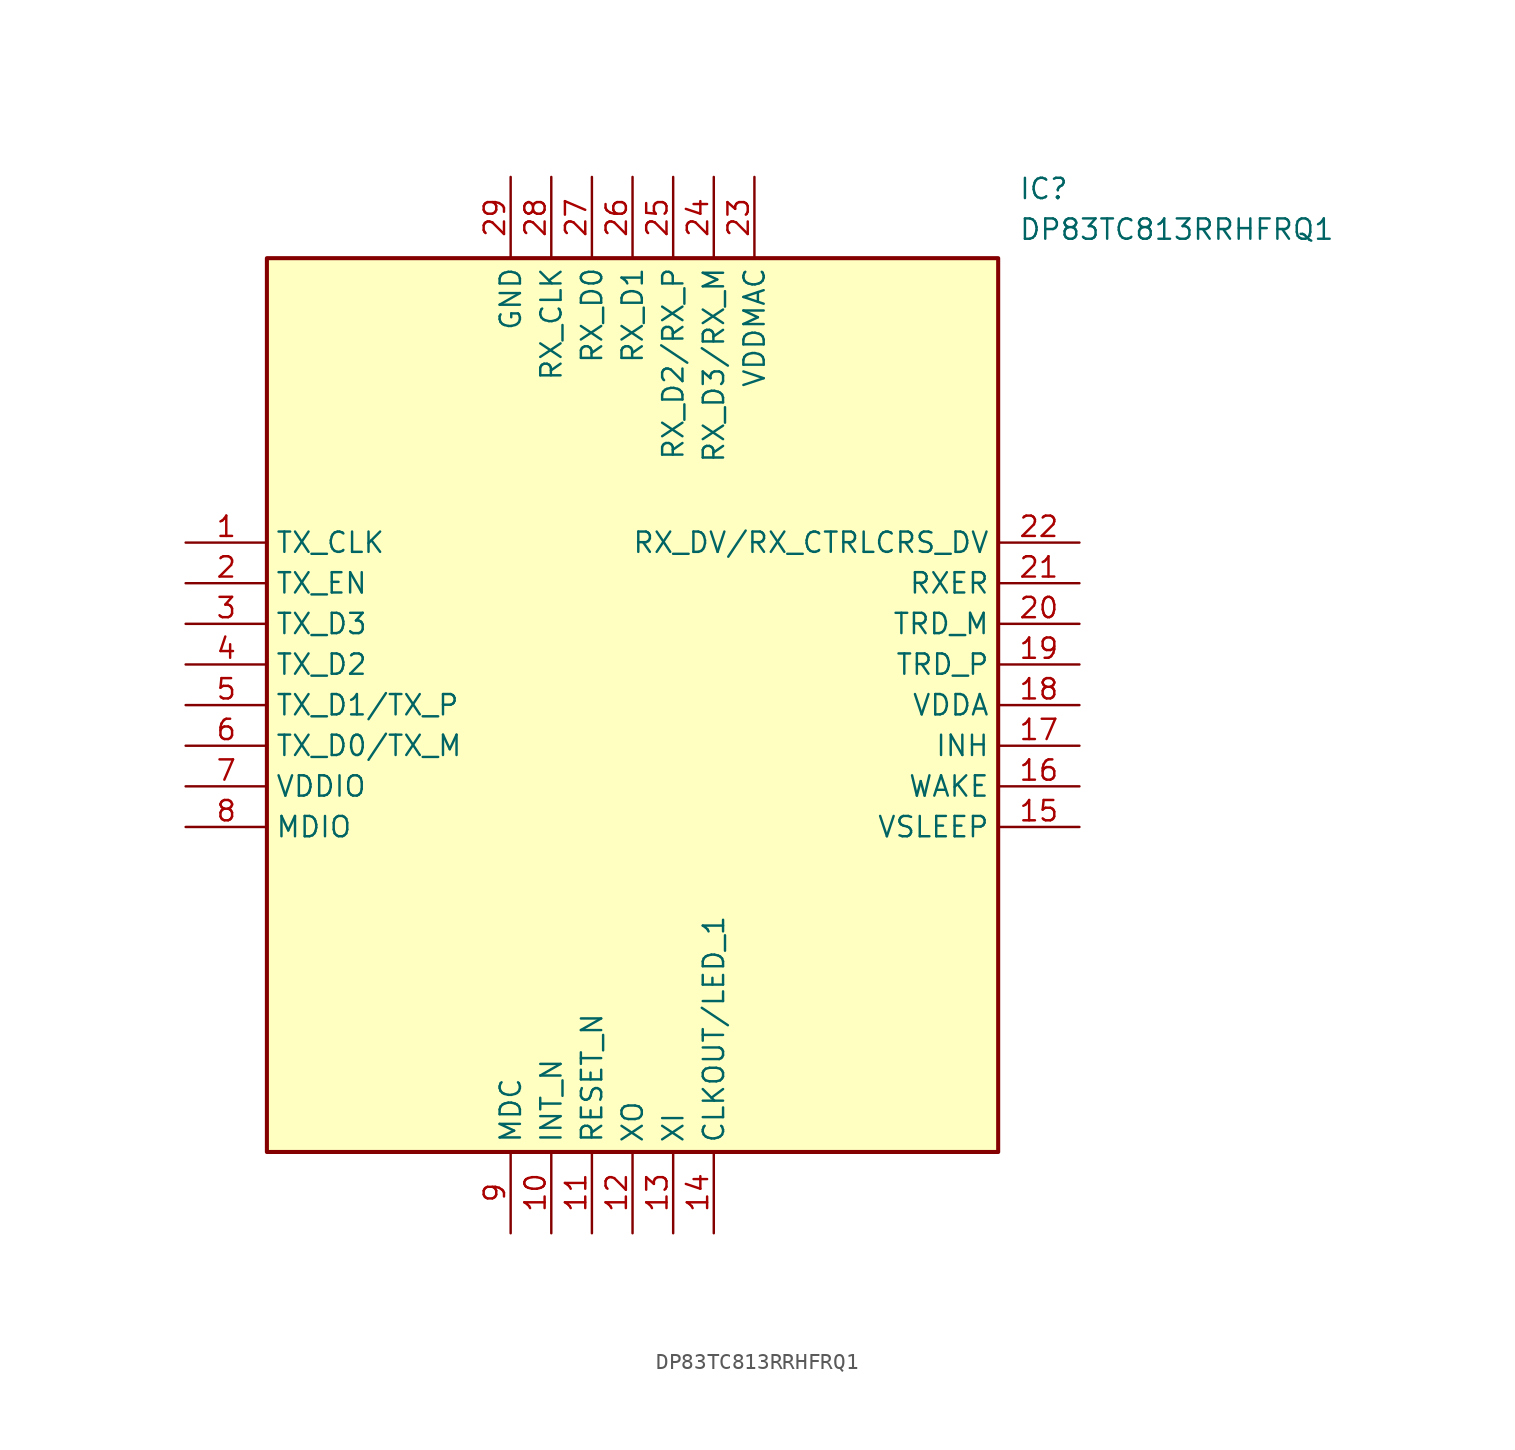
<source format=kicad_sym>
(kicad_symbol_lib
  (version 20211014)
  (generator SamacSys_ECAD_Model)
  (symbol "DP83TC813RRHFRQ1"
    (property "Reference" "IC"
      (at 52.07 22.86 0)
      (effects (font (size 1.27 1.27)) (justify left top)))
    (property "Value" "DP83TC813RRHFRQ1"
      (at 52.07 20.32 0)
      (effects (font (size 1.27 1.27)) (justify left top)))
    (rectangle
      (start 5.08 17.78)
      (end 50.8 -38.1)
      (stroke (width 0.254) (type default))
      (fill (type background)))
    (pin passive line
      (at 0 0 0)
      (length 5.08)
      (name "TX_CLK" (effects (font (size 1.27 1.27))))
      (number "1" (effects (font (size 1.27 1.27)))))
    (pin passive line
      (at 0 -2.54 0)
      (length 5.08)
      (name "TX_EN" (effects (font (size 1.27 1.27))))
      (number "2" (effects (font (size 1.27 1.27)))))
    (pin passive line
      (at 0 -5.08 0)
      (length 5.08)
      (name "TX_D3" (effects (font (size 1.27 1.27))))
      (number "3" (effects (font (size 1.27 1.27)))))
    (pin passive line
      (at 0 -7.62 0)
      (length 5.08)
      (name "TX_D2" (effects (font (size 1.27 1.27))))
      (number "4" (effects (font (size 1.27 1.27)))))
    (pin passive line
      (at 0 -10.16 0)
      (length 5.08)
      (name "TX_D1/TX_P" (effects (font (size 1.27 1.27))))
      (number "5" (effects (font (size 1.27 1.27)))))
    (pin passive line
      (at 0 -12.7 0)
      (length 5.08)
      (name "TX_D0/TX_M" (effects (font (size 1.27 1.27))))
      (number "6" (effects (font (size 1.27 1.27)))))
    (pin passive line
      (at 0 -15.24 0)
      (length 5.08)
      (name "VDDIO" (effects (font (size 1.27 1.27))))
      (number "7" (effects (font (size 1.27 1.27)))))
    (pin passive line
      (at 0 -17.78 0)
      (length 5.08)
      (name "MDIO" (effects (font (size 1.27 1.27))))
      (number "8" (effects (font (size 1.27 1.27)))))
    (pin passive line
      (at 20.32 -43.18 90)
      (length 5.08)
      (name "MDC" (effects (font (size 1.27 1.27))))
      (number "9" (effects (font (size 1.27 1.27)))))
    (pin passive line
      (at 22.86 -43.18 90)
      (length 5.08)
      (name "INT_N" (effects (font (size 1.27 1.27))))
      (number "10" (effects (font (size 1.27 1.27)))))
    (pin passive line
      (at 25.4 -43.18 90)
      (length 5.08)
      (name "RESET_N" (effects (font (size 1.27 1.27))))
      (number "11" (effects (font (size 1.27 1.27)))))
    (pin passive line
      (at 27.94 -43.18 90)
      (length 5.08)
      (name "XO" (effects (font (size 1.27 1.27))))
      (number "12" (effects (font (size 1.27 1.27)))))
    (pin passive line
      (at 30.48 -43.18 90)
      (length 5.08)
      (name "XI" (effects (font (size 1.27 1.27))))
      (number "13" (effects (font (size 1.27 1.27)))))
    (pin passive line
      (at 33.02 -43.18 90)
      (length 5.08)
      (name "CLKOUT/LED_1" (effects (font (size 1.27 1.27))))
      (number "14" (effects (font (size 1.27 1.27)))))
    (pin passive line
      (at 55.88 0 180)
      (length 5.08)
      (name "RX_DV/RX_CTRLCRS_DV" (effects (font (size 1.27 1.27))))
      (number "22" (effects (font (size 1.27 1.27)))))
    (pin passive line
      (at 55.88 -2.54 180)
      (length 5.08)
      (name "RXER" (effects (font (size 1.27 1.27))))
      (number "21" (effects (font (size 1.27 1.27)))))
    (pin passive line
      (at 55.88 -5.08 180)
      (length 5.08)
      (name "TRD_M" (effects (font (size 1.27 1.27))))
      (number "20" (effects (font (size 1.27 1.27)))))
    (pin passive line
      (at 55.88 -7.62 180)
      (length 5.08)
      (name "TRD_P" (effects (font (size 1.27 1.27))))
      (number "19" (effects (font (size 1.27 1.27)))))
    (pin passive line
      (at 55.88 -10.16 180)
      (length 5.08)
      (name "VDDA" (effects (font (size 1.27 1.27))))
      (number "18" (effects (font (size 1.27 1.27)))))
    (pin passive line
      (at 55.88 -12.7 180)
      (length 5.08)
      (name "INH" (effects (font (size 1.27 1.27))))
      (number "17" (effects (font (size 1.27 1.27)))))
    (pin passive line
      (at 55.88 -15.24 180)
      (length 5.08)
      (name "WAKE" (effects (font (size 1.27 1.27))))
      (number "16" (effects (font (size 1.27 1.27)))))
    (pin passive line
      (at 55.88 -17.78 180)
      (length 5.08)
      (name "VSLEEP" (effects (font (size 1.27 1.27))))
      (number "15" (effects (font (size 1.27 1.27)))))
    (pin passive line
      (at 20.32 22.86 270)
      (length 5.08)
      (name "GND" (effects (font (size 1.27 1.27))))
      (number "29" (effects (font (size 1.27 1.27)))))
    (pin passive line
      (at 22.86 22.86 270)
      (length 5.08)
      (name "RX_CLK" (effects (font (size 1.27 1.27))))
      (number "28" (effects (font (size 1.27 1.27)))))
    (pin passive line
      (at 25.4 22.86 270)
      (length 5.08)
      (name "RX_D0" (effects (font (size 1.27 1.27))))
      (number "27" (effects (font (size 1.27 1.27)))))
    (pin passive line
      (at 27.94 22.86 270)
      (length 5.08)
      (name "RX_D1" (effects (font (size 1.27 1.27))))
      (number "26" (effects (font (size 1.27 1.27)))))
    (pin passive line
      (at 30.48 22.86 270)
      (length 5.08)
      (name "RX_D2/RX_P" (effects (font (size 1.27 1.27))))
      (number "25" (effects (font (size 1.27 1.27)))))
    (pin passive line
      (at 33.02 22.86 270)
      (length 5.08)
      (name "RX_D3/RX_M" (effects (font (size 1.27 1.27))))
      (number "24" (effects (font (size 1.27 1.27)))))
    (pin passive line
      (at 35.56 22.86 270)
      (length 5.08)
      (name "VDDMAC" (effects (font (size 1.27 1.27))))
      (number "23" (effects (font (size 1.27 1.27)))))))
</source>
